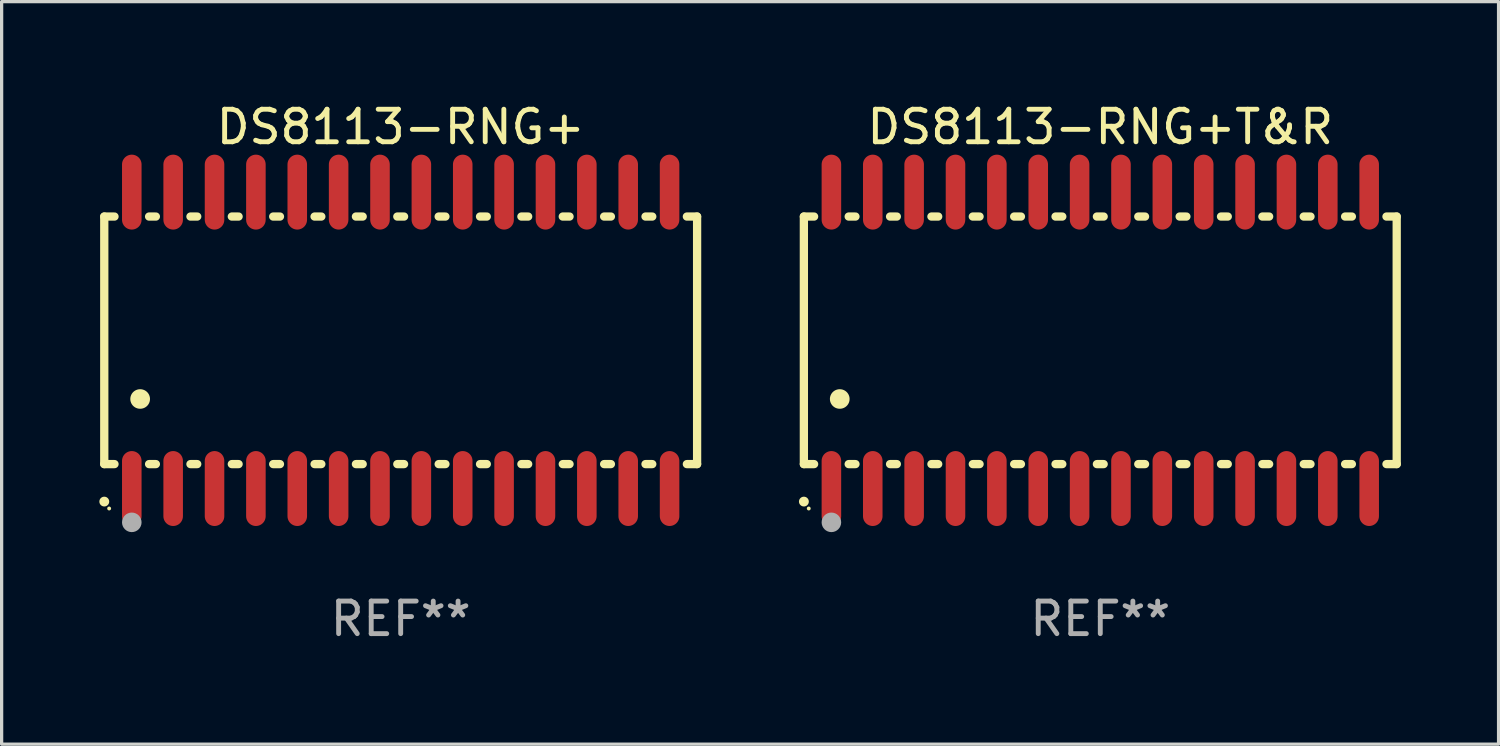
<source format=kicad_pcb>
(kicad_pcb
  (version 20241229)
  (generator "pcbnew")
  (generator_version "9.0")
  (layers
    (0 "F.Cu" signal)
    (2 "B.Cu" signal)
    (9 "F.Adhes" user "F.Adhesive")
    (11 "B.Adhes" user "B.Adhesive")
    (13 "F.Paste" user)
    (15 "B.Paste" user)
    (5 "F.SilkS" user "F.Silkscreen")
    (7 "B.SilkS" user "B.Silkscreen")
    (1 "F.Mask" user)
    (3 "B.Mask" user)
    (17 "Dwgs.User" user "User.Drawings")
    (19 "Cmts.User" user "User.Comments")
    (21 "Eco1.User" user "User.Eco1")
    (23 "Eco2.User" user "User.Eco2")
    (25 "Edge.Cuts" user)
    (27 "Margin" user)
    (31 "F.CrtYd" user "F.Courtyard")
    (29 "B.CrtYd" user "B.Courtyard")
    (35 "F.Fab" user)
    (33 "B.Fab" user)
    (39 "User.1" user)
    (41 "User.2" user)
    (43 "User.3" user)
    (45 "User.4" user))
  (footprint "DS8113-RNG+"
    (layer "F.Cu")
    (at 9.251 7.398)
    (property "Reference" "DS8113-RNG+" (at 0 -6.55 0) (layer "F.SilkS") (effects (font (size 1 1) (thickness 0.15))))
    (attr through_hole)
    (fp_line (start -9.1 -3.8) (end -9.1 3.8) (stroke (width 0.254) (type solid)) (layer "F.SilkS"))
    (fp_line (start -9.1 -3.8) (end -8.786 -3.8) (stroke (width 0.254) (type solid)) (layer "F.SilkS"))
    (fp_line (start -9.1 3.8) (end -8.786 3.8) (stroke (width 0.254) (type solid)) (layer "F.SilkS"))
    (fp_line (start -7.724 -3.8) (end -7.516 -3.8) (stroke (width 0.254) (type solid)) (layer "F.SilkS"))
    (fp_line (start -7.724 3.8) (end -7.516 3.8) (stroke (width 0.254) (type solid)) (layer "F.SilkS"))
    (fp_line (start -6.454 -3.8) (end -6.246 -3.8) (stroke (width 0.254) (type solid)) (layer "F.SilkS"))
    (fp_line (start -6.454 3.8) (end -6.246 3.8) (stroke (width 0.254) (type solid)) (layer "F.SilkS"))
    (fp_line (start -5.184 -3.8) (end -4.976 -3.8) (stroke (width 0.254) (type solid)) (layer "F.SilkS"))
    (fp_line (start -5.184 3.8) (end -4.976 3.8) (stroke (width 0.254) (type solid)) (layer "F.SilkS"))
    (fp_line (start -3.914 -3.8) (end -3.706 -3.8) (stroke (width 0.254) (type solid)) (layer "F.SilkS"))
    (fp_line (start -3.914 3.8) (end -3.706 3.8) (stroke (width 0.254) (type solid)) (layer "F.SilkS"))
    (fp_line (start -2.644 -3.8) (end -2.436 -3.8) (stroke (width 0.254) (type solid)) (layer "F.SilkS"))
    (fp_line (start -2.644 3.8) (end -2.436 3.8) (stroke (width 0.254) (type solid)) (layer "F.SilkS"))
    (fp_line (start -1.374 -3.8) (end -1.166 -3.8) (stroke (width 0.254) (type solid)) (layer "F.SilkS"))
    (fp_line (start -1.374 3.8) (end -1.166 3.8) (stroke (width 0.254) (type solid)) (layer "F.SilkS"))
    (fp_line (start -0.104 -3.8) (end 0.104 -3.8) (stroke (width 0.254) (type solid)) (layer "F.SilkS"))
    (fp_line (start -0.104 3.8) (end 0.104 3.8) (stroke (width 0.254) (type solid)) (layer "F.SilkS"))
    (fp_line (start 1.166 -3.8) (end 1.374 -3.8) (stroke (width 0.254) (type solid)) (layer "F.SilkS"))
    (fp_line (start 1.166 3.8) (end 1.374 3.8) (stroke (width 0.254) (type solid)) (layer "F.SilkS"))
    (fp_line (start 2.436 -3.8) (end 2.644 -3.8) (stroke (width 0.254) (type solid)) (layer "F.SilkS"))
    (fp_line (start 2.436 3.8) (end 2.644 3.8) (stroke (width 0.254) (type solid)) (layer "F.SilkS"))
    (fp_line (start 3.706 -3.8) (end 3.914 -3.8) (stroke (width 0.254) (type solid)) (layer "F.SilkS"))
    (fp_line (start 3.706 3.8) (end 3.914 3.8) (stroke (width 0.254) (type solid)) (layer "F.SilkS"))
    (fp_line (start 4.976 -3.8) (end 5.184 -3.8) (stroke (width 0.254) (type solid)) (layer "F.SilkS"))
    (fp_line (start 4.976 3.8) (end 5.184 3.8) (stroke (width 0.254) (type solid)) (layer "F.SilkS"))
    (fp_line (start 6.246 -3.8) (end 6.454 -3.8) (stroke (width 0.254) (type solid)) (layer "F.SilkS"))
    (fp_line (start 6.246 3.8) (end 6.454 3.8) (stroke (width 0.254) (type solid)) (layer "F.SilkS"))
    (fp_line (start 7.516 -3.8) (end 7.724 -3.8) (stroke (width 0.254) (type solid)) (layer "F.SilkS"))
    (fp_line (start 7.516 3.8) (end 7.724 3.8) (stroke (width 0.254) (type solid)) (layer "F.SilkS"))
    (fp_line (start 8.786 -3.8) (end 9.1 -3.8) (stroke (width 0.254) (type solid)) (layer "F.SilkS"))
    (fp_line (start 8.786 3.8) (end 9.1 3.8) (stroke (width 0.254) (type solid)) (layer "F.SilkS"))
    (fp_line (start 9.1 -3.8) (end 9.1 3.8) (stroke (width 0.254) (type solid)) (layer "F.SilkS"))
    (fp_arc (start -9.100864 4.95047) (mid -9.099594 4.950465) (end -9.098324 4.95047) (stroke (width 0.3) (type solid)) (layer "F.SilkS"))
    (fp_arc (start -8.001041 1.800864) (mid -7.998501 1.800853) (end -7.995961 1.800864) (stroke (width 0.6) (type solid)) (layer "F.SilkS"))
    (fp_circle (center -8.95 5.163) (end -8.92 5.163) (stroke (width 0.06) (type solid)) (fill no) (layer "F.SilkS"))
    (fp_circle (center -8.255 5.588) (end -8.105 5.588) (stroke (width 0.3) (type solid)) (fill no) (layer "F.Fab"))
    (fp_text user "REF**" (at 0 8.55 0) (layer "F.Fab") (effects (font (size 1 1) (thickness 0.15))))
    (pad "1" smd oval (at -8.255 4.55 180) (size 0.6 2.3) (layers "F.Cu" "F.Mask" "F.Paste"))
    (pad "2" smd oval (at -6.985 4.55 180) (size 0.6 2.3) (layers "F.Cu" "F.Mask" "F.Paste"))
    (pad "3" smd oval (at -5.715 4.55 180) (size 0.6 2.3) (layers "F.Cu" "F.Mask" "F.Paste"))
    (pad "4" smd oval (at -4.445 4.55 180) (size 0.6 2.3) (layers "F.Cu" "F.Mask" "F.Paste"))
    (pad "5" smd oval (at -3.175 4.55 180) (size 0.6 2.3) (layers "F.Cu" "F.Mask" "F.Paste"))
    (pad "6" smd oval (at -1.905 4.55 180) (size 0.6 2.3) (layers "F.Cu" "F.Mask" "F.Paste"))
    (pad "7" smd oval (at -0.635 4.55 180) (size 0.6 2.3) (layers "F.Cu" "F.Mask" "F.Paste"))
    (pad "8" smd oval (at 0.635 4.55 180) (size 0.6 2.3) (layers "F.Cu" "F.Mask" "F.Paste"))
    (pad "9" smd oval (at 1.905 4.55 180) (size 0.6 2.3) (layers "F.Cu" "F.Mask" "F.Paste"))
    (pad "10" smd oval (at 3.175 4.55 180) (size 0.6 2.3) (layers "F.Cu" "F.Mask" "F.Paste"))
    (pad "11" smd oval (at 4.445 4.55 180) (size 0.6 2.3) (layers "F.Cu" "F.Mask" "F.Paste"))
    (pad "12" smd oval (at 5.715 4.55 180) (size 0.6 2.3) (layers "F.Cu" "F.Mask" "F.Paste"))
    (pad "13" smd oval (at 6.985 4.55 180) (size 0.6 2.3) (layers "F.Cu" "F.Mask" "F.Paste"))
    (pad "14" smd oval (at 8.255 4.55 180) (size 0.6 2.3) (layers "F.Cu" "F.Mask" "F.Paste"))
    (pad "15" smd oval (at 8.255 -4.55 180) (size 0.6 2.3) (layers "F.Cu" "F.Mask" "F.Paste"))
    (pad "16" smd oval (at 6.985 -4.55 180) (size 0.6 2.3) (layers "F.Cu" "F.Mask" "F.Paste"))
    (pad "17" smd oval (at 5.715 -4.55 180) (size 0.6 2.3) (layers "F.Cu" "F.Mask" "F.Paste"))
    (pad "18" smd oval (at 4.445 -4.55 180) (size 0.6 2.3) (layers "F.Cu" "F.Mask" "F.Paste"))
    (pad "19" smd oval (at 3.175 -4.55 180) (size 0.6 2.3) (layers "F.Cu" "F.Mask" "F.Paste"))
    (pad "20" smd oval (at 1.905 -4.55 180) (size 0.6 2.3) (layers "F.Cu" "F.Mask" "F.Paste"))
    (pad "21" smd oval (at 0.635 -4.55 180) (size 0.6 2.3) (layers "F.Cu" "F.Mask" "F.Paste"))
    (pad "22" smd oval (at -0.635 -4.55 180) (size 0.6 2.3) (layers "F.Cu" "F.Mask" "F.Paste"))
    (pad "23" smd oval (at -1.905 -4.55 180) (size 0.6 2.3) (layers "F.Cu" "F.Mask" "F.Paste"))
    (pad "24" smd oval (at -3.175 -4.55 180) (size 0.6 2.3) (layers "F.Cu" "F.Mask" "F.Paste"))
    (pad "25" smd oval (at -4.445 -4.55 180) (size 0.6 2.3) (layers "F.Cu" "F.Mask" "F.Paste"))
    (pad "26" smd oval (at -5.715 -4.55 180) (size 0.6 2.3) (layers "F.Cu" "F.Mask" "F.Paste"))
    (pad "27" smd oval (at -6.985 -4.55 180) (size 0.6 2.3) (layers "F.Cu" "F.Mask" "F.Paste"))
    (pad "28" smd oval (at -8.255 -4.55 180) (size 0.6 2.3) (layers "F.Cu" "F.Mask" "F.Paste")))
  (footprint "DS8113-RNG+T&R"
    (layer "F.Cu")
    (at 30.729 7.398)
    (property "Reference" "DS8113-RNG+T&R" (at 0 -6.55 0) (layer "F.SilkS") (effects (font (size 1 1) (thickness 0.15))))
    (attr through_hole)
    (fp_line (start -9.1 -3.8) (end -9.1 3.8) (stroke (width 0.254) (type solid)) (layer "F.SilkS"))
    (fp_line (start -9.1 -3.8) (end -8.786 -3.8) (stroke (width 0.254) (type solid)) (layer "F.SilkS"))
    (fp_line (start -9.1 3.8) (end -8.786 3.8) (stroke (width 0.254) (type solid)) (layer "F.SilkS"))
    (fp_line (start -7.724 -3.8) (end -7.516 -3.8) (stroke (width 0.254) (type solid)) (layer "F.SilkS"))
    (fp_line (start -7.724 3.8) (end -7.516 3.8) (stroke (width 0.254) (type solid)) (layer "F.SilkS"))
    (fp_line (start -6.454 -3.8) (end -6.246 -3.8) (stroke (width 0.254) (type solid)) (layer "F.SilkS"))
    (fp_line (start -6.454 3.8) (end -6.246 3.8) (stroke (width 0.254) (type solid)) (layer "F.SilkS"))
    (fp_line (start -5.184 -3.8) (end -4.976 -3.8) (stroke (width 0.254) (type solid)) (layer "F.SilkS"))
    (fp_line (start -5.184 3.8) (end -4.976 3.8) (stroke (width 0.254) (type solid)) (layer "F.SilkS"))
    (fp_line (start -3.914 -3.8) (end -3.706 -3.8) (stroke (width 0.254) (type solid)) (layer "F.SilkS"))
    (fp_line (start -3.914 3.8) (end -3.706 3.8) (stroke (width 0.254) (type solid)) (layer "F.SilkS"))
    (fp_line (start -2.644 -3.8) (end -2.436 -3.8) (stroke (width 0.254) (type solid)) (layer "F.SilkS"))
    (fp_line (start -2.644 3.8) (end -2.436 3.8) (stroke (width 0.254) (type solid)) (layer "F.SilkS"))
    (fp_line (start -1.374 -3.8) (end -1.166 -3.8) (stroke (width 0.254) (type solid)) (layer "F.SilkS"))
    (fp_line (start -1.374 3.8) (end -1.166 3.8) (stroke (width 0.254) (type solid)) (layer "F.SilkS"))
    (fp_line (start -0.104 -3.8) (end 0.104 -3.8) (stroke (width 0.254) (type solid)) (layer "F.SilkS"))
    (fp_line (start -0.104 3.8) (end 0.104 3.8) (stroke (width 0.254) (type solid)) (layer "F.SilkS"))
    (fp_line (start 1.166 -3.8) (end 1.374 -3.8) (stroke (width 0.254) (type solid)) (layer "F.SilkS"))
    (fp_line (start 1.166 3.8) (end 1.374 3.8) (stroke (width 0.254) (type solid)) (layer "F.SilkS"))
    (fp_line (start 2.436 -3.8) (end 2.644 -3.8) (stroke (width 0.254) (type solid)) (layer "F.SilkS"))
    (fp_line (start 2.436 3.8) (end 2.644 3.8) (stroke (width 0.254) (type solid)) (layer "F.SilkS"))
    (fp_line (start 3.706 -3.8) (end 3.914 -3.8) (stroke (width 0.254) (type solid)) (layer "F.SilkS"))
    (fp_line (start 3.706 3.8) (end 3.914 3.8) (stroke (width 0.254) (type solid)) (layer "F.SilkS"))
    (fp_line (start 4.976 -3.8) (end 5.184 -3.8) (stroke (width 0.254) (type solid)) (layer "F.SilkS"))
    (fp_line (start 4.976 3.8) (end 5.184 3.8) (stroke (width 0.254) (type solid)) (layer "F.SilkS"))
    (fp_line (start 6.246 -3.8) (end 6.454 -3.8) (stroke (width 0.254) (type solid)) (layer "F.SilkS"))
    (fp_line (start 6.246 3.8) (end 6.454 3.8) (stroke (width 0.254) (type solid)) (layer "F.SilkS"))
    (fp_line (start 7.516 -3.8) (end 7.724 -3.8) (stroke (width 0.254) (type solid)) (layer "F.SilkS"))
    (fp_line (start 7.516 3.8) (end 7.724 3.8) (stroke (width 0.254) (type solid)) (layer "F.SilkS"))
    (fp_line (start 8.786 -3.8) (end 9.1 -3.8) (stroke (width 0.254) (type solid)) (layer "F.SilkS"))
    (fp_line (start 8.786 3.8) (end 9.1 3.8) (stroke (width 0.254) (type solid)) (layer "F.SilkS"))
    (fp_line (start 9.1 -3.8) (end 9.1 3.8) (stroke (width 0.254) (type solid)) (layer "F.SilkS"))
    (fp_arc (start -9.100864 4.95047) (mid -9.099594 4.950465) (end -9.098324 4.95047) (stroke (width 0.3) (type solid)) (layer "F.SilkS"))
    (fp_arc (start -8.001041 1.800864) (mid -7.998501 1.800853) (end -7.995961 1.800864) (stroke (width 0.6) (type solid)) (layer "F.SilkS"))
    (fp_circle (center -8.95 5.163) (end -8.92 5.163) (stroke (width 0.06) (type solid)) (fill no) (layer "F.SilkS"))
    (fp_circle (center -8.255 5.588) (end -8.105 5.588) (stroke (width 0.3) (type solid)) (fill no) (layer "F.Fab"))
    (fp_text user "REF**" (at 0 8.55 0) (layer "F.Fab") (effects (font (size 1 1) (thickness 0.15))))
    (pad "1" smd oval (at -8.255 4.55 180) (size 0.6 2.3) (layers "F.Cu" "F.Mask" "F.Paste"))
    (pad "2" smd oval (at -6.985 4.55 180) (size 0.6 2.3) (layers "F.Cu" "F.Mask" "F.Paste"))
    (pad "3" smd oval (at -5.715 4.55 180) (size 0.6 2.3) (layers "F.Cu" "F.Mask" "F.Paste"))
    (pad "4" smd oval (at -4.445 4.55 180) (size 0.6 2.3) (layers "F.Cu" "F.Mask" "F.Paste"))
    (pad "5" smd oval (at -3.175 4.55 180) (size 0.6 2.3) (layers "F.Cu" "F.Mask" "F.Paste"))
    (pad "6" smd oval (at -1.905 4.55 180) (size 0.6 2.3) (layers "F.Cu" "F.Mask" "F.Paste"))
    (pad "7" smd oval (at -0.635 4.55 180) (size 0.6 2.3) (layers "F.Cu" "F.Mask" "F.Paste"))
    (pad "8" smd oval (at 0.635 4.55 180) (size 0.6 2.3) (layers "F.Cu" "F.Mask" "F.Paste"))
    (pad "9" smd oval (at 1.905 4.55 180) (size 0.6 2.3) (layers "F.Cu" "F.Mask" "F.Paste"))
    (pad "10" smd oval (at 3.175 4.55 180) (size 0.6 2.3) (layers "F.Cu" "F.Mask" "F.Paste"))
    (pad "11" smd oval (at 4.445 4.55 180) (size 0.6 2.3) (layers "F.Cu" "F.Mask" "F.Paste"))
    (pad "12" smd oval (at 5.715 4.55 180) (size 0.6 2.3) (layers "F.Cu" "F.Mask" "F.Paste"))
    (pad "13" smd oval (at 6.985 4.55 180) (size 0.6 2.3) (layers "F.Cu" "F.Mask" "F.Paste"))
    (pad "14" smd oval (at 8.255 4.55 180) (size 0.6 2.3) (layers "F.Cu" "F.Mask" "F.Paste"))
    (pad "15" smd oval (at 8.255 -4.55 180) (size 0.6 2.3) (layers "F.Cu" "F.Mask" "F.Paste"))
    (pad "16" smd oval (at 6.985 -4.55 180) (size 0.6 2.3) (layers "F.Cu" "F.Mask" "F.Paste"))
    (pad "17" smd oval (at 5.715 -4.55 180) (size 0.6 2.3) (layers "F.Cu" "F.Mask" "F.Paste"))
    (pad "18" smd oval (at 4.445 -4.55 180) (size 0.6 2.3) (layers "F.Cu" "F.Mask" "F.Paste"))
    (pad "19" smd oval (at 3.175 -4.55 180) (size 0.6 2.3) (layers "F.Cu" "F.Mask" "F.Paste"))
    (pad "20" smd oval (at 1.905 -4.55 180) (size 0.6 2.3) (layers "F.Cu" "F.Mask" "F.Paste"))
    (pad "21" smd oval (at 0.635 -4.55 180) (size 0.6 2.3) (layers "F.Cu" "F.Mask" "F.Paste"))
    (pad "22" smd oval (at -0.635 -4.55 180) (size 0.6 2.3) (layers "F.Cu" "F.Mask" "F.Paste"))
    (pad "23" smd oval (at -1.905 -4.55 180) (size 0.6 2.3) (layers "F.Cu" "F.Mask" "F.Paste"))
    (pad "24" smd oval (at -3.175 -4.55 180) (size 0.6 2.3) (layers "F.Cu" "F.Mask" "F.Paste"))
    (pad "25" smd oval (at -4.445 -4.55 180) (size 0.6 2.3) (layers "F.Cu" "F.Mask" "F.Paste"))
    (pad "26" smd oval (at -5.715 -4.55 180) (size 0.6 2.3) (layers "F.Cu" "F.Mask" "F.Paste"))
    (pad "27" smd oval (at -6.985 -4.55 180) (size 0.6 2.3) (layers "F.Cu" "F.Mask" "F.Paste"))
    (pad "28" smd oval (at -8.255 -4.55 180) (size 0.6 2.3) (layers "F.Cu" "F.Mask" "F.Paste")))
  (gr_rect
    (start -3 -3)
    (end 42.956 19.796)
    (stroke (width 0.1) (type default))
    (fill no)
    (layer "Edge.Cuts")))
</source>
